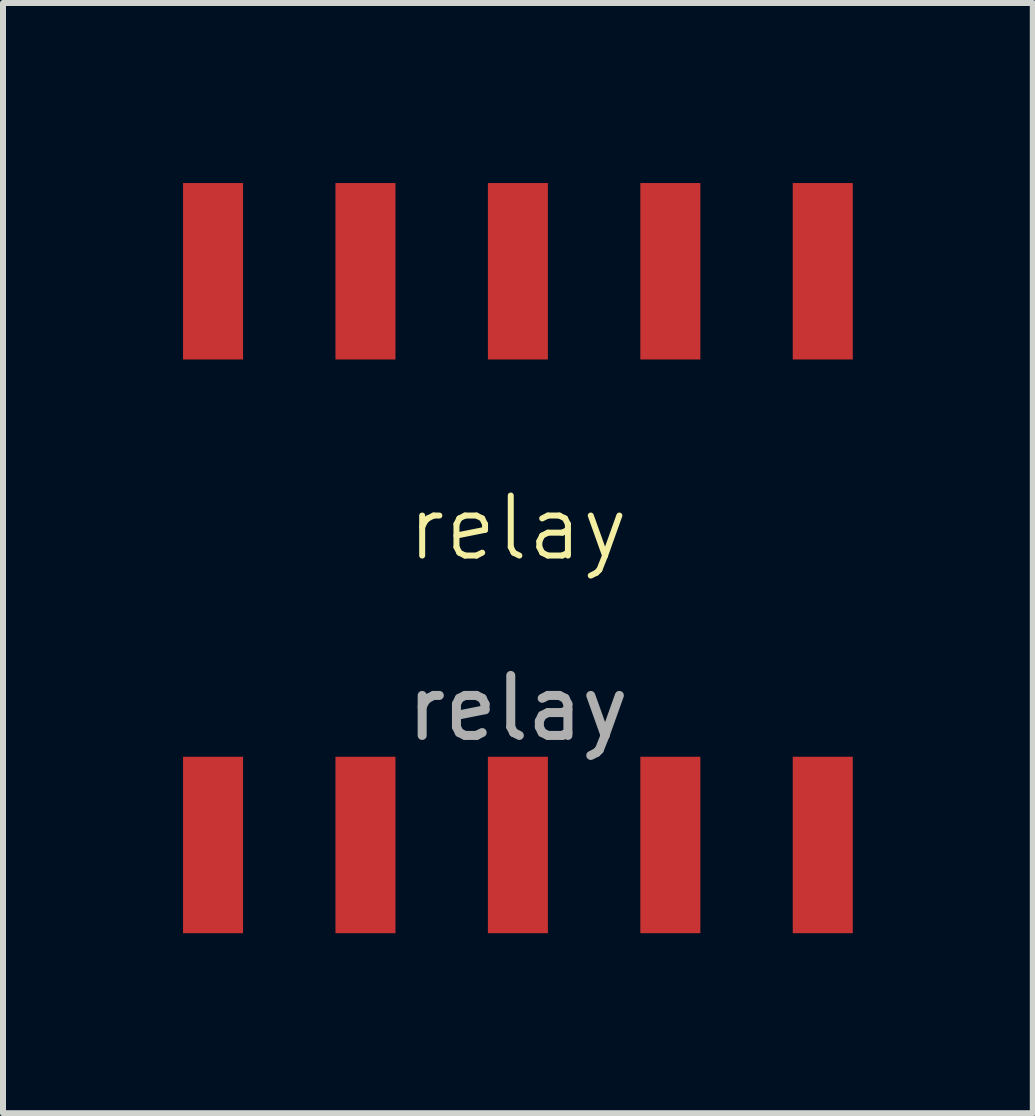
<source format=kicad_pcb>
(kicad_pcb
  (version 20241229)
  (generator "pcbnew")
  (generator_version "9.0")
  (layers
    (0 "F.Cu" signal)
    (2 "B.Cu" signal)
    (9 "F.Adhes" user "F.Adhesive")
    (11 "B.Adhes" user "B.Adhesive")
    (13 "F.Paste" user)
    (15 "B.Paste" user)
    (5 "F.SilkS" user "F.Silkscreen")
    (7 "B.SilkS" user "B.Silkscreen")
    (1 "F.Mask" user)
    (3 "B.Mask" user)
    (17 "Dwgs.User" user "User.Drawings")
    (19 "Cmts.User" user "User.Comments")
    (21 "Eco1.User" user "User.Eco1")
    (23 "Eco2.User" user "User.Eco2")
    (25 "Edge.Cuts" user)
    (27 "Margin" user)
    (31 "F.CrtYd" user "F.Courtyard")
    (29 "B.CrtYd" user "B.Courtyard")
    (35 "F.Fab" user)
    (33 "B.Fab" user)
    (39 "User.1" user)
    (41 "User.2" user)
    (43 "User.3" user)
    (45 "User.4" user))
  (footprint "relay"
    (layer "F.Cu")
    (at 5.58 6.25)
    (property "Reference" "relay" (at 0 -0.5 0) (unlocked yes) (layer "F.SilkS") (effects (font (size 1 1) (thickness 0.1))))
    (attr smd)
    (fp_text user "${REFERENCE}" (at 0 2.5 0) (unlocked yes) (layer "F.Fab") (effects (font (size 1 1) (thickness 0.15))))
    (pad "1" smd rect (at -5.08 4.78) (size 1 2.94) (layers "F.Cu" "F.Mask" "F.Paste"))
    (pad "2" smd rect (at -2.54 4.78) (size 1 2.94) (layers "F.Cu" "F.Mask" "F.Paste"))
    (pad "3" smd rect (at 0 4.78) (size 1 2.94) (layers "F.Cu" "F.Mask" "F.Paste"))
    (pad "4" smd rect (at 2.54 4.78) (size 1 2.94) (layers "F.Cu" "F.Mask" "F.Paste"))
    (pad "5" smd rect (at 5.08 4.78) (size 1 2.94) (layers "F.Cu" "F.Mask" "F.Paste"))
    (pad "6" smd rect (at 5.08 -4.78) (size 1 2.94) (layers "F.Cu" "F.Mask" "F.Paste"))
    (pad "7" smd rect (at 2.54 -4.78) (size 1 2.94) (layers "F.Cu" "F.Mask" "F.Paste"))
    (pad "8" smd rect (at 0 -4.78) (size 1 2.94) (layers "F.Cu" "F.Mask" "F.Paste"))
    (pad "9" smd rect (at -2.54 -4.78) (size 1 2.94) (layers "F.Cu" "F.Mask" "F.Paste"))
    (pad "10" smd rect (at -5.08 -4.78) (size 1 2.94) (layers "F.Cu" "F.Mask" "F.Paste")))
  (gr_rect
    (start -3 -3)
    (end 14.16 15.5)
    (stroke (width 0.1) (type default))
    (fill no)
    (layer "Edge.Cuts")))
</source>
